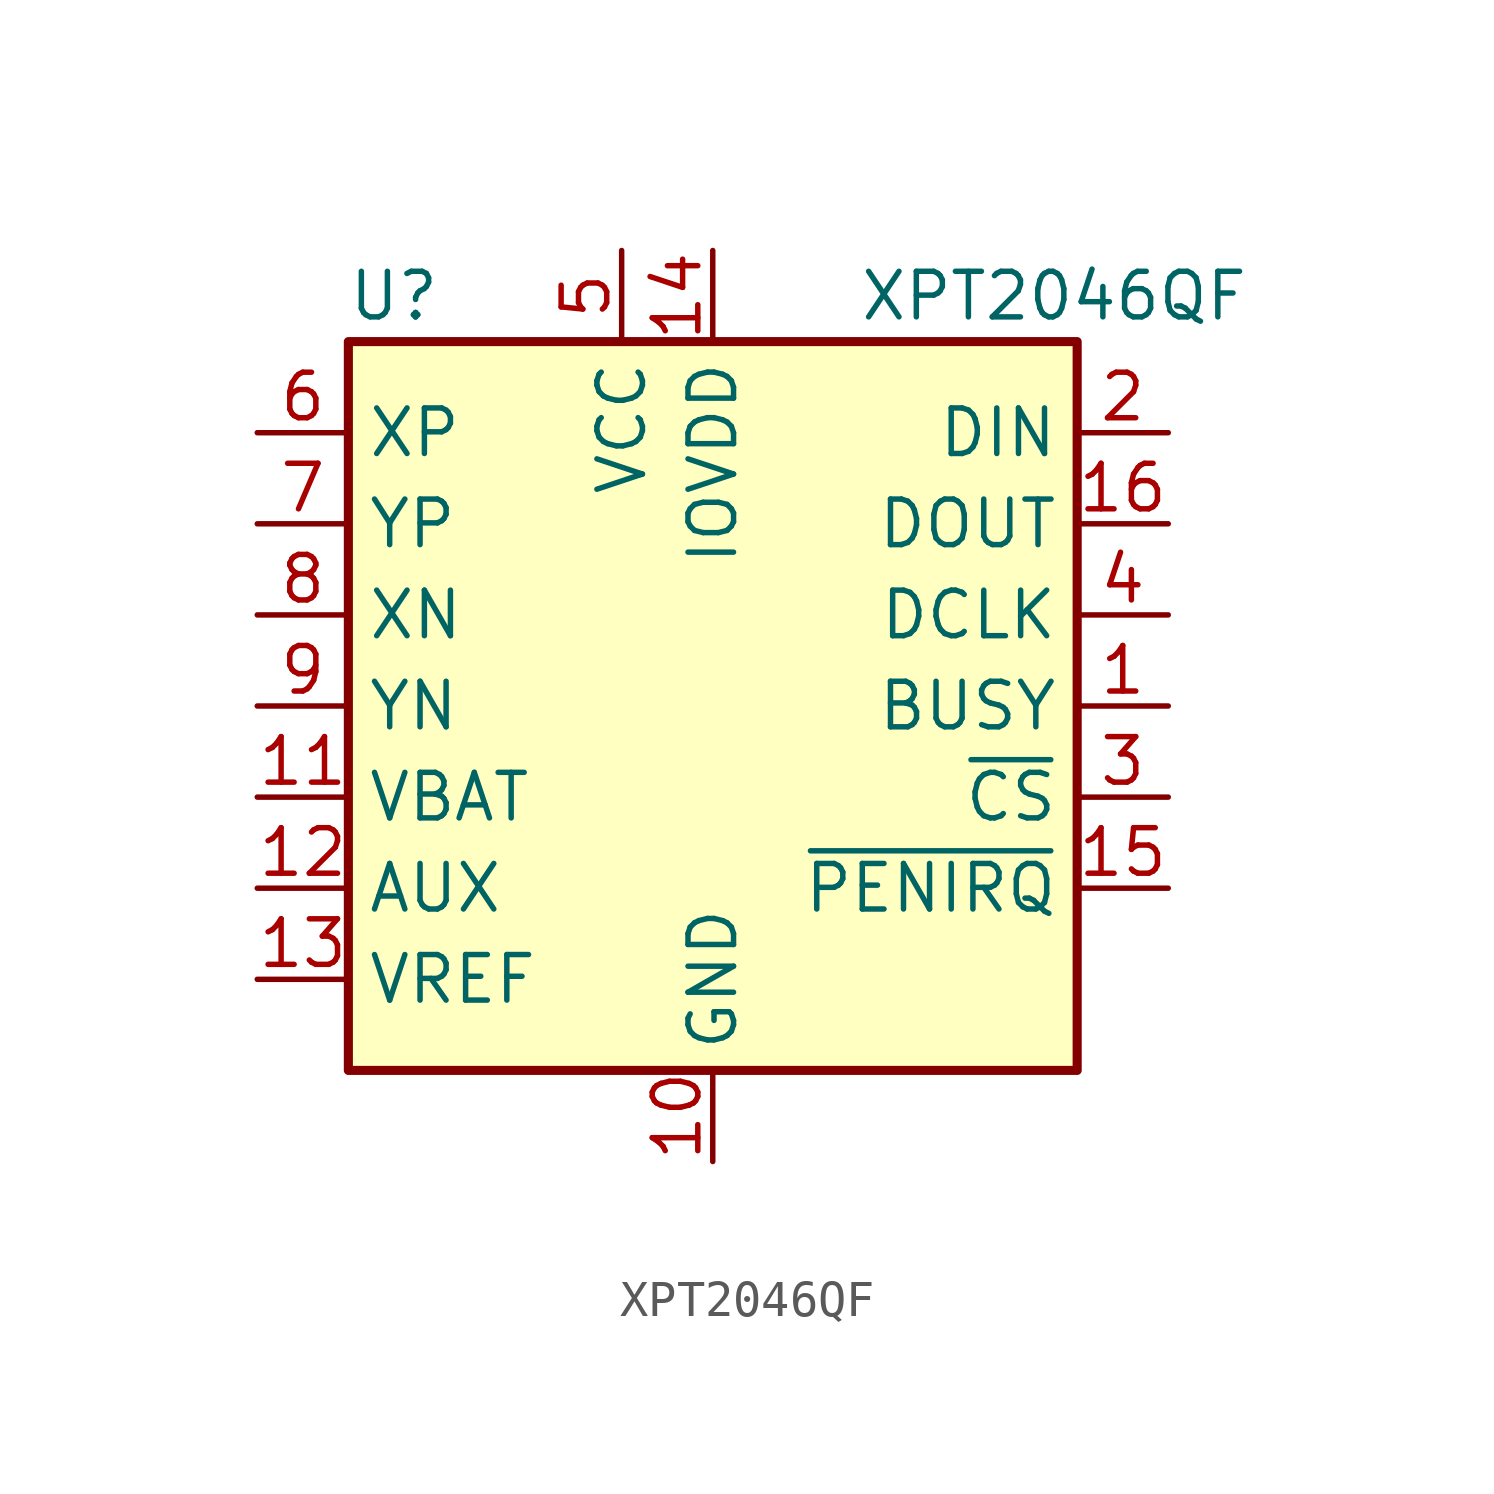
<source format=kicad_sym>
(kicad_symbol_lib
  (version 20211014)
  (generator kicad_symbol_editor)
  (symbol "XPT2046QF"
    (property "Reference" "U"
      (at -8.89 11.43 0)
      (effects (font (size 1.27 1.27))))
    (property "Value" "XPT2046QF"
      (at 4.064 11.43 0)
      (effects (font (size 1.27 1.27)) (justify left)))
    (symbol "XPT2046QF_0_1"
      (rectangle (start -10.16 10.16) (end 10.16 -10.16) (stroke (width 0.254) (type default) (color 0 0 0 0)) (fill (type background))))
    (symbol "XPT2046QF_1_1"
      (pin output line (at 12.7 0 180) (length 2.54) (name "BUSY" (effects (font (size 1.27 1.27)))) (number "1" (effects (font (size 1.27 1.27)))))
      (pin power_in line (at 0 -12.7 90) (length 2.54) (name "GND" (effects (font (size 1.27 1.27)))) (number "10" (effects (font (size 1.27 1.27)))))
      (pin power_in line (at -12.7 -2.54 0) (length 2.54) (name "VBAT" (effects (font (size 1.27 1.27)))) (number "11" (effects (font (size 1.27 1.27)))))
      (pin input line (at -12.7 -5.08 0) (length 2.54) (name "AUX" (effects (font (size 1.27 1.27)))) (number "12" (effects (font (size 1.27 1.27)))))
      (pin bidirectional line (at -12.7 -7.62 0) (length 2.54) (name "VREF" (effects (font (size 1.27 1.27)))) (number "13" (effects (font (size 1.27 1.27)))))
      (pin power_in line (at 0 12.7 270) (length 2.54) (name "IOVDD" (effects (font (size 1.27 1.27)))) (number "14" (effects (font (size 1.27 1.27)))))
      (pin open_collector line (at 12.7 -5.08 180) (length 2.54) (name "~{PENIRQ}" (effects (font (size 1.27 1.27)))) (number "15" (effects (font (size 1.27 1.27)))))
      (pin output line (at 12.7 5.08 180) (length 2.54) (name "DOUT" (effects (font (size 1.27 1.27)))) (number "16" (effects (font (size 1.27 1.27)))))
      (pin no_connect line (at 12.7 -7.62 180) (length 2.54) hide (name "NC" (effects (font (size 1.27 1.27)))) (number "17" (effects (font (size 1.27 1.27)))))
      (pin input line (at 12.7 7.62 180) (length 2.54) (name "DIN" (effects (font (size 1.27 1.27)))) (number "2" (effects (font (size 1.27 1.27)))))
      (pin input line (at 12.7 -2.54 180) (length 2.54) (name "~{CS}" (effects (font (size 1.27 1.27)))) (number "3" (effects (font (size 1.27 1.27)))))
      (pin input line (at 12.7 2.54 180) (length 2.54) (name "DCLK" (effects (font (size 1.27 1.27)))) (number "4" (effects (font (size 1.27 1.27)))))
      (pin power_in line (at -2.54 12.7 270) (length 2.54) (name "VCC" (effects (font (size 1.27 1.27)))) (number "5" (effects (font (size 1.27 1.27)))))
      (pin input line (at -12.7 7.62 0) (length 2.54) (name "XP" (effects (font (size 1.27 1.27)))) (number "6" (effects (font (size 1.27 1.27)))))
      (pin input line (at -12.7 5.08 0) (length 2.54) (name "YP" (effects (font (size 1.27 1.27)))) (number "7" (effects (font (size 1.27 1.27)))))
      (pin input line (at -12.7 2.54 0) (length 2.54) (name "XN" (effects (font (size 1.27 1.27)))) (number "8" (effects (font (size 1.27 1.27)))))
      (pin input line (at -12.7 0 0) (length 2.54) (name "YN" (effects (font (size 1.27 1.27)))) (number "9" (effects (font (size 1.27 1.27))))))))
</source>
